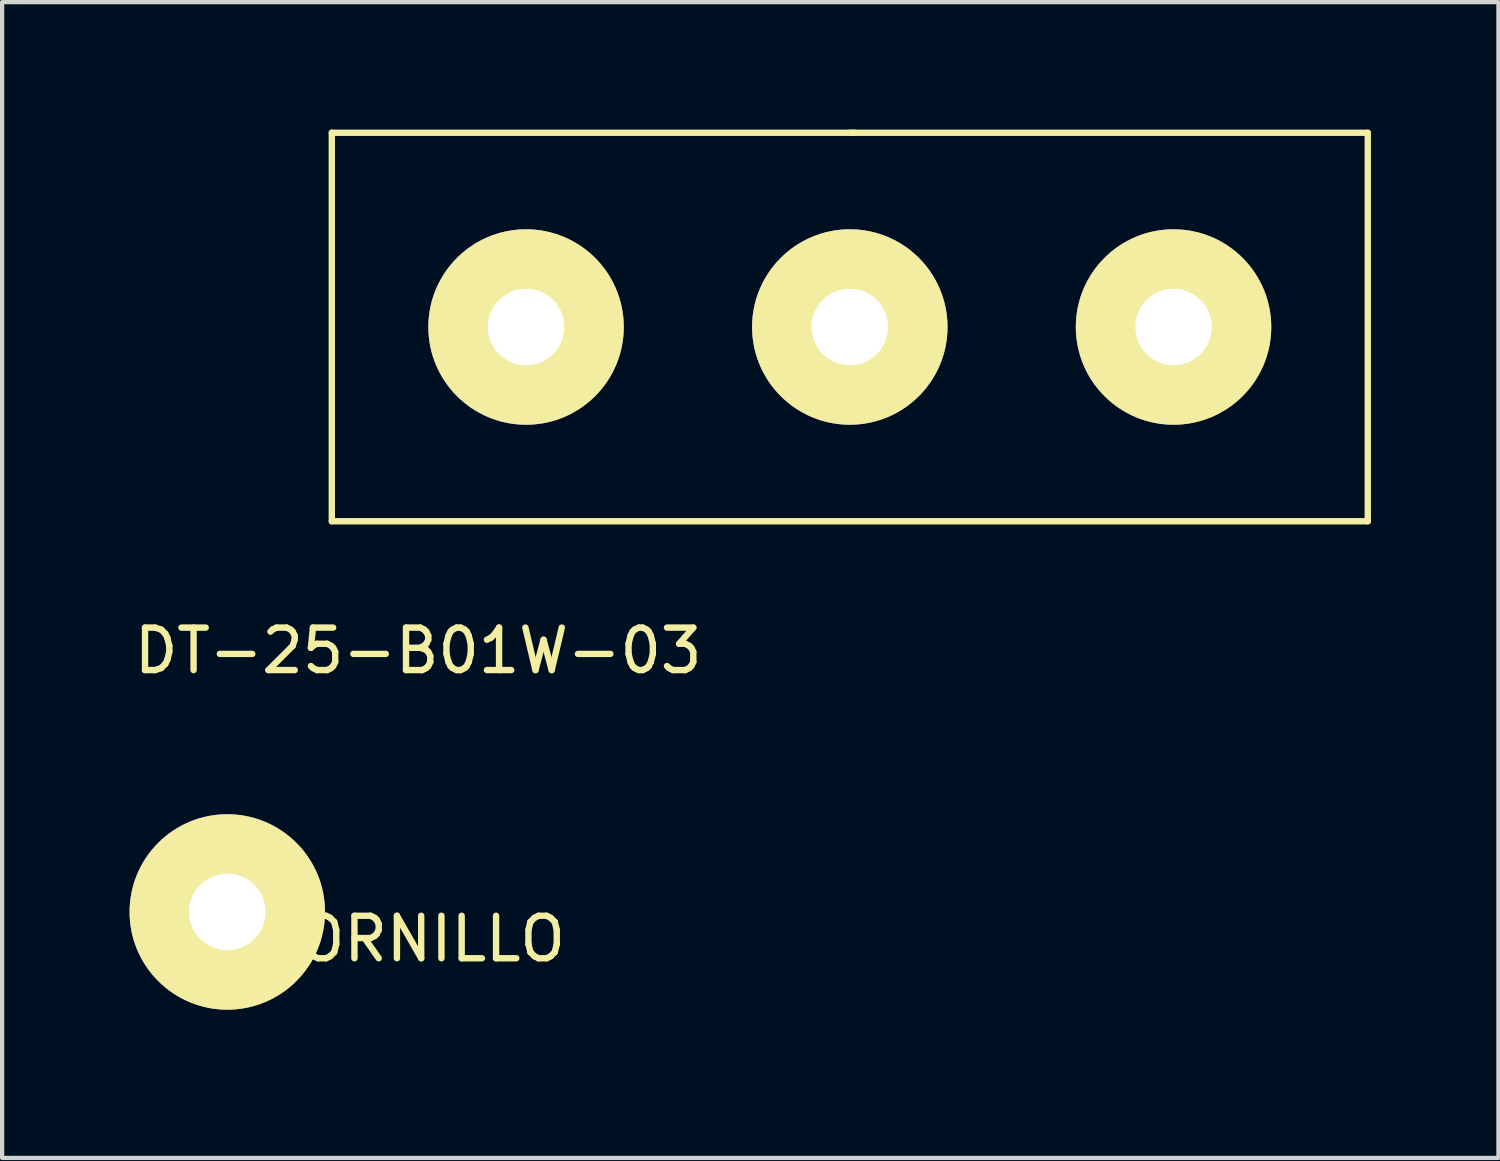
<source format=kicad_pcb>
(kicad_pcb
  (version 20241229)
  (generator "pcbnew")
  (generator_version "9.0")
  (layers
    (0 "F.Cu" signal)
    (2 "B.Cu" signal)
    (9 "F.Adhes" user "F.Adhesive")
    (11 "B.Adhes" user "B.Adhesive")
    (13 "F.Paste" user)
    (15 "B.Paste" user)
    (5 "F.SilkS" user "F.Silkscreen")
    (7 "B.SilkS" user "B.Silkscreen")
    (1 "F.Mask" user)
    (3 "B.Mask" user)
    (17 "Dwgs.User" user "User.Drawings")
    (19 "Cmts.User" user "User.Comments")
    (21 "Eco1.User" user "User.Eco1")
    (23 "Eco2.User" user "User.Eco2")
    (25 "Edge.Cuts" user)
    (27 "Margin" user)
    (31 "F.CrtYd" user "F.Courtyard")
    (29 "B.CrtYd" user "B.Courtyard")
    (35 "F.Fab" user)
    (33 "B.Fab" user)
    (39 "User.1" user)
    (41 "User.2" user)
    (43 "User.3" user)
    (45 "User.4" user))
  (footprint "DT-25-B01W-03"
    (layer "F.Cu")
    (at 16.952 4.647)
    (property "Reference" "DT-25-B01W-03" (at -10.16 7.62 0) (layer "F.SilkS") (effects (font (size 1 1) (thickness 0.15))))
    (attr through_hole)
    (fp_line (start -12.192 -4.572) (end 0.127 -4.572) (stroke (width 0.15) (type solid)) (layer "F.SilkS"))
    (fp_line (start -12.192 4.572) (end -12.192 -4.572) (stroke (width 0.15) (type solid)) (layer "F.SilkS"))
    (fp_line (start 0 -4.572) (end 12.192 -4.572) (stroke (width 0.15) (type solid)) (layer "F.SilkS"))
    (fp_line (start 12.192 -4.572) (end 12.192 4.572) (stroke (width 0.15) (type solid)) (layer "F.SilkS"))
    (fp_line (start 12.192 4.572) (end -12.192 4.572) (stroke (width 0.15) (type solid)) (layer "F.SilkS"))
    (pad "1" thru_hole circle (at -7.62 0) (size 4.6 4.6) (drill 1.8) (layers "*.Mask" "B.Cu" "F.SilkS"))
    (pad "2" thru_hole circle (at 0 0) (size 4.6 4.6) (drill 1.8) (layers "*.Mask" "B.Cu" "F.SilkS"))
    (pad "3" thru_hole circle (at 7.62 0) (size 4.6 4.6) (drill 1.8) (layers "*.Mask" "B.Cu" "F.SilkS")))
  (footprint "TORNILLO"
    (layer "F.Cu")
    (at 2.3 20.955)
    (property "Reference" "TORNILLO" (at 4.445 -1.905 0) (layer "F.SilkS") (effects (font (size 1 1) (thickness 0.15))))
    (attr through_hole)
    (pad "1" thru_hole circle (at 0 -2.54) (size 4.6 4.6) (drill 1.8) (layers "*.Mask" "B.Cu" "F.SilkS")))
  (gr_rect
    (start -3 -3)
    (end 32.219 24.205)
    (stroke (width 0.1) (type default))
    (fill no)
    (layer "Edge.Cuts")))
</source>
